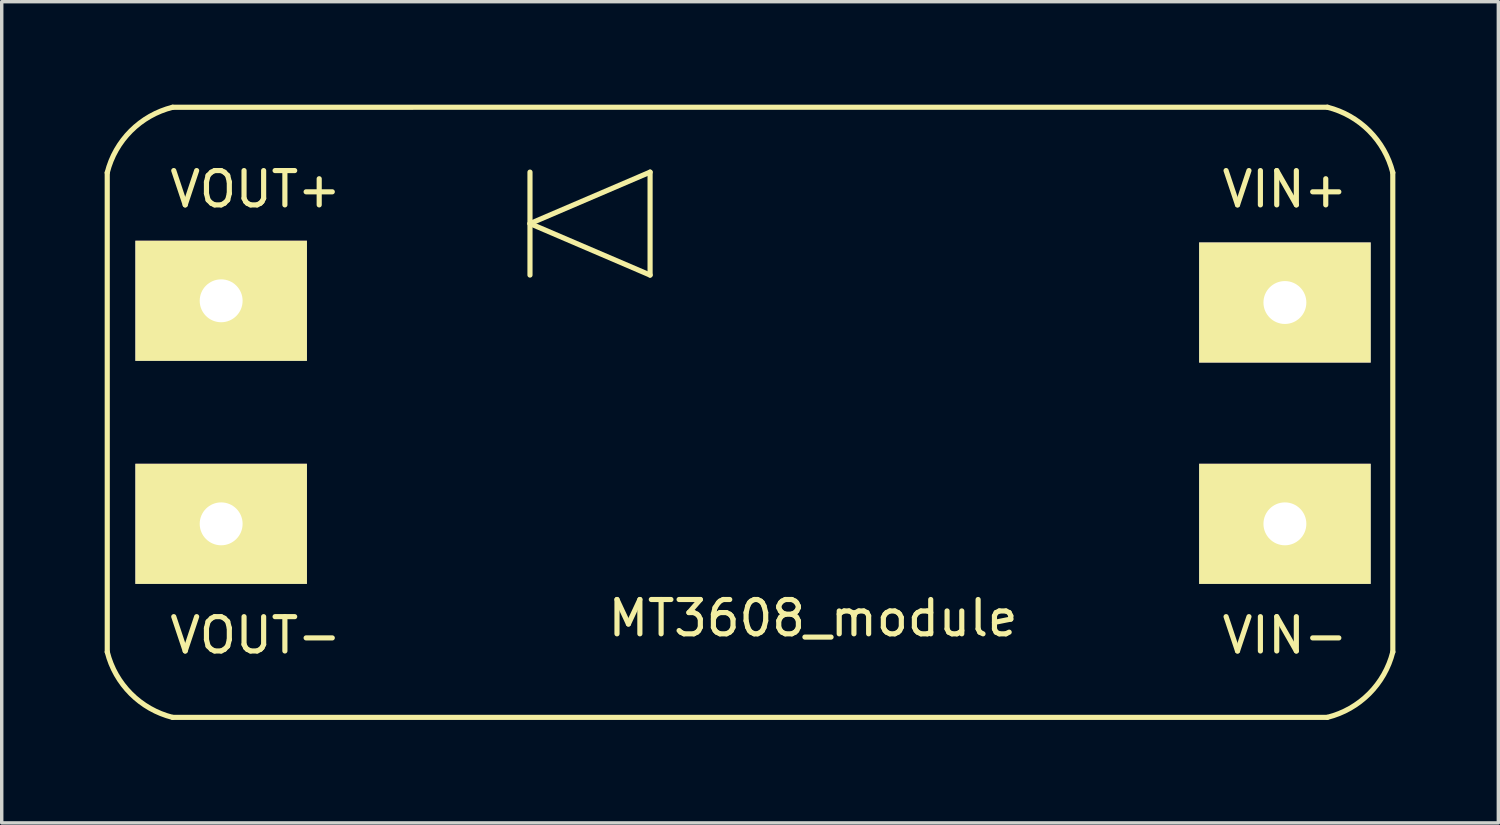
<source format=kicad_pcb>
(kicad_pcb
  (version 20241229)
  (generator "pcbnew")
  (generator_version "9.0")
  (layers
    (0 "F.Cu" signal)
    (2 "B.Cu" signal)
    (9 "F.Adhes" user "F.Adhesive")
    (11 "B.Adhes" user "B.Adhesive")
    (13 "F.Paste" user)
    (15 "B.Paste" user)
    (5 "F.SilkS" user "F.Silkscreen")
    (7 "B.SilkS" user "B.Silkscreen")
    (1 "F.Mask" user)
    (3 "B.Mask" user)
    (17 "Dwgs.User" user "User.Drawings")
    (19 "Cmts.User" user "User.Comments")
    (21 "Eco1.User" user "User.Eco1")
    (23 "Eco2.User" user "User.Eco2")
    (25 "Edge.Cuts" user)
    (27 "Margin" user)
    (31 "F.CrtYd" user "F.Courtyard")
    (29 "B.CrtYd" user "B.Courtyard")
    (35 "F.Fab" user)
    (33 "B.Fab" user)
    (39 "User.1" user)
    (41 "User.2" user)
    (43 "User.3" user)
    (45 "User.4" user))
  (footprint "MT3608_module"
    (layer "F.Cu")
    (at 20.395 8.966)
    (property "Reference" "MT3608_module" (at 0.25 6 180) (layer "F.SilkS") (effects (font (size 1 1) (thickness 0.15))))
    (attr through_hole)
    (fp_line (start -20.32 -6.985) (end -20.319 6.985) (stroke (width 0.15) (type default)) (layer "F.SilkS"))
    (fp_line (start -18.415 -8.89) (end 15.239 -8.891) (stroke (width 0.15) (type default)) (layer "F.SilkS"))
    (fp_line (start -8 -7) (end -8 -4) (stroke (width 0.15) (type solid)) (layer "F.SilkS"))
    (fp_line (start -8 -5.5) (end -4.5 -7) (stroke (width 0.15) (type solid)) (layer "F.SilkS"))
    (fp_line (start -4.5 -7) (end -4.5 -4) (stroke (width 0.15) (type solid)) (layer "F.SilkS"))
    (fp_line (start -4.5 -4) (end -8 -5.5) (stroke (width 0.15) (type solid)) (layer "F.SilkS"))
    (fp_line (start 15.233 8.889) (end -18.415 8.89) (stroke (width 0.15) (type default)) (layer "F.SilkS"))
    (fp_line (start 17.144 -6.986) (end 17.145 6.985) (stroke (width 0.15) (type default)) (layer "F.SilkS"))
    (fp_arc (start -20.32 -6.985) (mid -19.631327 -8.201327) (end -18.415 -8.89) (stroke (width 0.15) (type default)) (layer "F.SilkS"))
    (fp_arc (start -18.415 8.89) (mid -19.630639 8.200782) (end -20.318914 6.984608) (stroke (width 0.15) (type default)) (layer "F.SilkS"))
    (fp_arc (start 15.238522 -8.891325) (mid 16.454849 -8.202652) (end 17.143522 -6.986325) (stroke (width 0.15) (type default)) (layer "F.SilkS"))
    (fp_arc (start 17.144312 6.983522) (mid 16.455639 8.199849) (end 15.239312 8.888522) (stroke (width 0.15) (type default)) (layer "F.SilkS"))
    (fp_text user "VOUT-" (at -16 6.5 0) (layer "F.SilkS") (effects (font (size 1 1) (thickness 0.15))))
    (fp_text user "VOUT+" (at -16 -6.5 0) (layer "F.SilkS") (effects (font (size 1 1) (thickness 0.15))))
    (fp_text user "VIN-" (at 14 6.5 0) (layer "F.SilkS") (effects (font (size 1 1) (thickness 0.15))))
    (fp_text user "VIN+" (at 14 -6.5 0) (layer "F.SilkS") (effects (font (size 1 1) (thickness 0.15))))
    (pad "1" thru_hole rect (at 14 -3.2 180) (size 5 3.5) (drill 1.25) (layers "*.Cu" "*.Mask" "F.SilkS"))
    (pad "2" thru_hole rect (at 14 3.25 180) (size 5 3.5) (drill 1.25) (layers "*.Cu" "*.Mask" "F.SilkS"))
    (pad "3" thru_hole rect (at -17 3.25 180) (size 5 3.5) (drill 1.25) (layers "*.Cu" "*.Mask" "F.SilkS"))
    (pad "4" thru_hole rect (at -17 -3.25 180) (size 5 3.5) (drill 1.25) (layers "*.Cu" "*.Mask" "F.SilkS")))
  (gr_rect
    (start -3 -3)
    (end 40.615 20.931)
    (stroke (width 0.1) (type default))
    (fill no)
    (layer "Edge.Cuts")))
</source>
